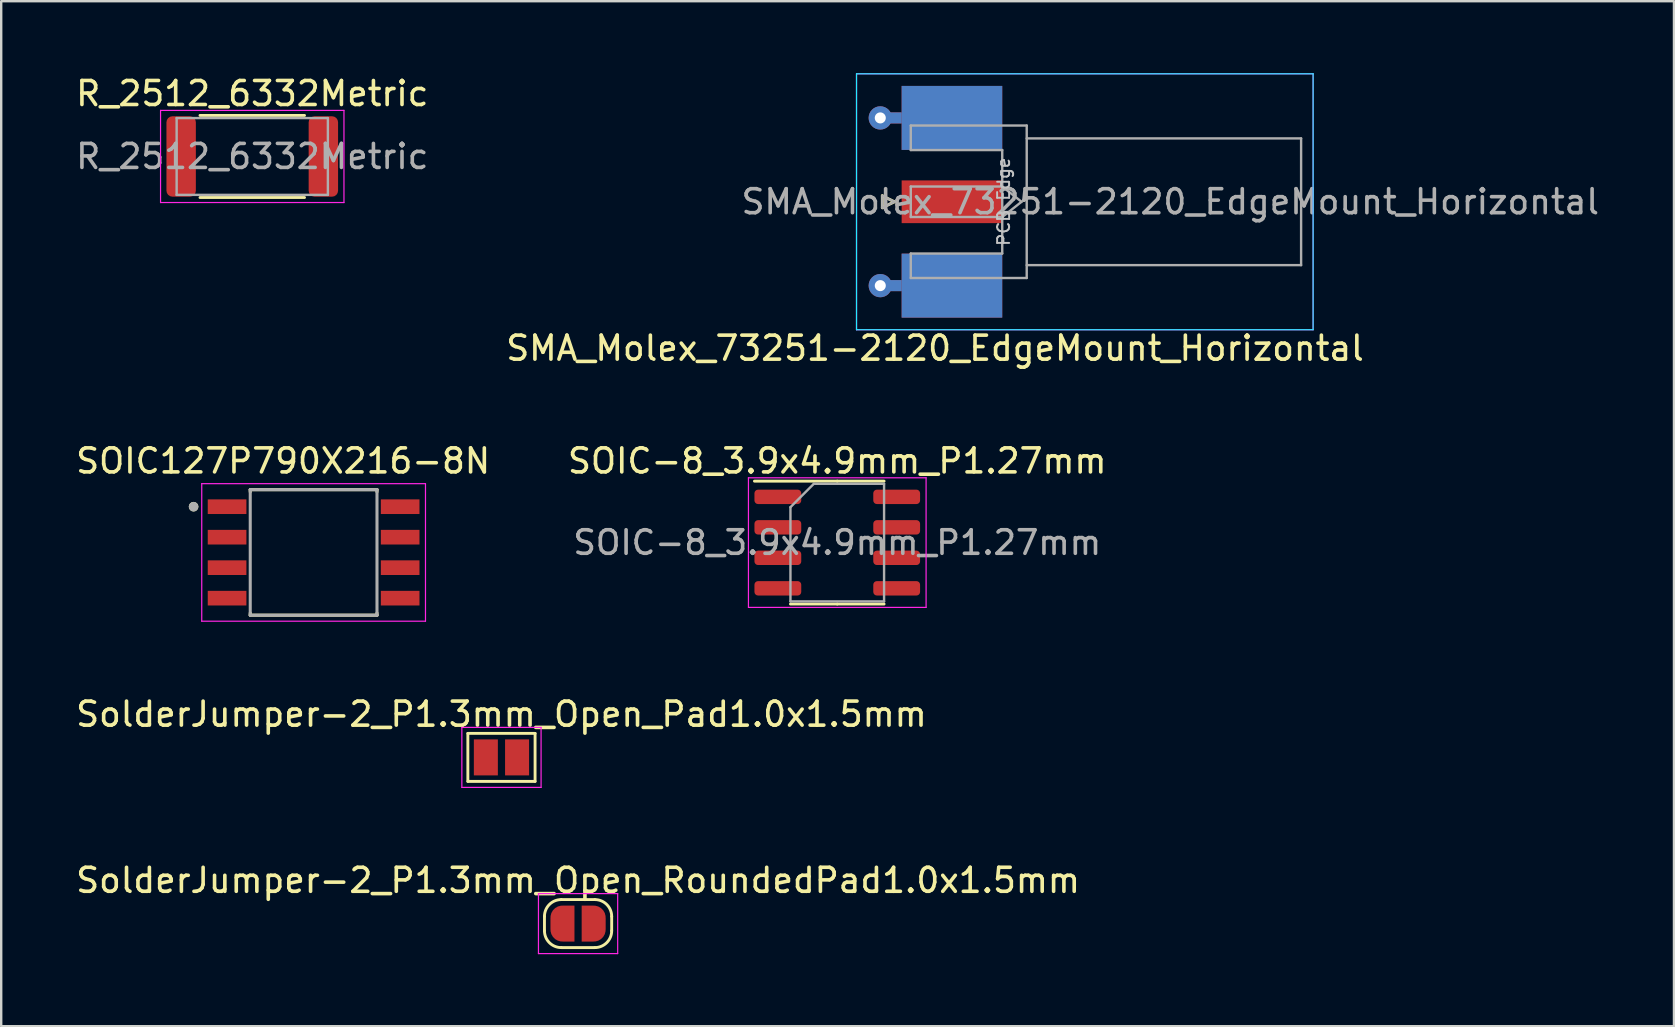
<source format=kicad_pcb>
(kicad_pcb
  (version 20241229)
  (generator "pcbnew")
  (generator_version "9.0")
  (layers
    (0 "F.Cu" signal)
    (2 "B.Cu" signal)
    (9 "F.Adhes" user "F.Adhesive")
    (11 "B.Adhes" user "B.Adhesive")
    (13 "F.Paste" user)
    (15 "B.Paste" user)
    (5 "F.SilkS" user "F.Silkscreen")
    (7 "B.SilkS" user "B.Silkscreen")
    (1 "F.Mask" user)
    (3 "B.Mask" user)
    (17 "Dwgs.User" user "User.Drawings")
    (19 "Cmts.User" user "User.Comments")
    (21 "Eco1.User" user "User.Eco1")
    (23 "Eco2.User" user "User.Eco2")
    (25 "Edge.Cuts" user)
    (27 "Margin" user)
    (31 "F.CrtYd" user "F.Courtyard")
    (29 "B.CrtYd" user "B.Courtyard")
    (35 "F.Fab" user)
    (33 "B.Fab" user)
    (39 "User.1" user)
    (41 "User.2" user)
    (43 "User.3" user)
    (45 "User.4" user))
  (footprint "SOIC-8_3.9x4.9mm_P1.27mm"
    (layer "F.Cu")
    (at 31.827 19.552)
    (property "Reference" "SOIC-8_3.9x4.9mm_P1.27mm" (at 0 -3.4 0) (layer "F.SilkS") (effects (font (size 1 1) (thickness 0.15))))
    (attr smd)
    (fp_line (start 0 -2.56) (end -3.45 -2.56) (stroke (width 0.12) (type solid)) (layer "F.SilkS"))
    (fp_line (start 0 -2.56) (end 1.95 -2.56) (stroke (width 0.12) (type solid)) (layer "F.SilkS"))
    (fp_line (start 0 2.56) (end -1.95 2.56) (stroke (width 0.12) (type solid)) (layer "F.SilkS"))
    (fp_line (start 0 2.56) (end 1.95 2.56) (stroke (width 0.12) (type solid)) (layer "F.SilkS"))
    (fp_line (start -3.7 -2.7) (end -3.7 2.7) (stroke (width 0.05) (type solid)) (layer "F.CrtYd"))
    (fp_line (start -3.7 2.7) (end 3.7 2.7) (stroke (width 0.05) (type solid)) (layer "F.CrtYd"))
    (fp_line (start 3.7 -2.7) (end -3.7 -2.7) (stroke (width 0.05) (type solid)) (layer "F.CrtYd"))
    (fp_line (start 3.7 2.7) (end 3.7 -2.7) (stroke (width 0.05) (type solid)) (layer "F.CrtYd"))
    (fp_line (start -1.95 -1.475) (end -0.975 -2.45) (stroke (width 0.1) (type solid)) (layer "F.Fab"))
    (fp_line (start -1.95 2.45) (end -1.95 -1.475) (stroke (width 0.1) (type solid)) (layer "F.Fab"))
    (fp_line (start -0.975 -2.45) (end 1.95 -2.45) (stroke (width 0.1) (type solid)) (layer "F.Fab"))
    (fp_line (start 1.95 -2.45) (end 1.95 2.45) (stroke (width 0.1) (type solid)) (layer "F.Fab"))
    (fp_line (start 1.95 2.45) (end -1.95 2.45) (stroke (width 0.1) (type solid)) (layer "F.Fab"))
    (fp_text user "${REFERENCE}" (at 0 0 0) (layer "F.Fab") (effects (font (size 0.98 0.98) (thickness 0.15))))
    (pad "1" smd roundrect (at -2.475 -1.905) (size 1.95 0.6) (layers "F.Cu" "F.Mask" "F.Paste") (roundrect_rratio 0.25))
    (pad "2" smd roundrect (at -2.475 -0.635) (size 1.95 0.6) (layers "F.Cu" "F.Mask" "F.Paste") (roundrect_rratio 0.25))
    (pad "3" smd roundrect (at -2.475 0.635) (size 1.95 0.6) (layers "F.Cu" "F.Mask" "F.Paste") (roundrect_rratio 0.25))
    (pad "4" smd roundrect (at -2.475 1.905) (size 1.95 0.6) (layers "F.Cu" "F.Mask" "F.Paste") (roundrect_rratio 0.25))
    (pad "5" smd roundrect (at 2.475 1.905) (size 1.95 0.6) (layers "F.Cu" "F.Mask" "F.Paste") (roundrect_rratio 0.25))
    (pad "6" smd roundrect (at 2.475 0.635) (size 1.95 0.6) (layers "F.Cu" "F.Mask" "F.Paste") (roundrect_rratio 0.25))
    (pad "7" smd roundrect (at 2.475 -0.635) (size 1.95 0.6) (layers "F.Cu" "F.Mask" "F.Paste") (roundrect_rratio 0.25))
    (pad "8" smd roundrect (at 2.475 -1.905) (size 1.95 0.6) (layers "F.Cu" "F.Mask" "F.Paste") (roundrect_rratio 0.25)))
  (footprint "SMA_Molex_73251-2120_EdgeMount_Horizontal"
    (layer "F.Cu")
    (at 36.604 5.355)
    (property "Reference" "SMA_Molex_73251-2120_EdgeMount_Horizontal" (at -0.705 6.1 0) (layer "F.SilkS") (effects (font (size 1 1) (thickness 0.15))))
    (attr smd)
    (fp_line (start -2.9 -0.25) (end -2.9 0.25) (stroke (width 0.12) (type solid)) (layer "F.SilkS"))
    (fp_line (start -2.9 0.25) (end -2.4 0) (stroke (width 0.12) (type solid)) (layer "F.SilkS"))
    (fp_line (start -2.4 0) (end -2.9 -0.25) (stroke (width 0.12) (type solid)) (layer "F.SilkS"))
    (fp_line (start -3.975 -5.33) (end -3.975 5.33) (stroke (width 0.05) (type solid)) (layer "B.CrtYd"))
    (fp_line (start -3.975 -5.33) (end 15.045 -5.33) (stroke (width 0.05) (type solid)) (layer "B.CrtYd"))
    (fp_line (start 15.045 -5.33) (end 15.045 5.33) (stroke (width 0.05) (type solid)) (layer "B.CrtYd"))
    (fp_line (start 15.045 5.33) (end -3.975 5.33) (stroke (width 0.05) (type solid)) (layer "B.CrtYd"))
    (fp_line (start -3.975 -5.33) (end -3.975 5.33) (stroke (width 0.05) (type solid)) (layer "F.CrtYd"))
    (fp_line (start -3.975 -5.33) (end 15.045 -5.33) (stroke (width 0.05) (type solid)) (layer "F.CrtYd"))
    (fp_line (start 15.045 -5.33) (end 15.045 5.33) (stroke (width 0.05) (type solid)) (layer "F.CrtYd"))
    (fp_line (start 15.045 5.33) (end -3.975 5.33) (stroke (width 0.05) (type solid)) (layer "F.CrtYd"))
    (fp_line (start -2.9 -0.25) (end -2.4 0) (stroke (width 0.1) (type solid)) (layer "F.Fab"))
    (fp_line (start -2.9 0.25) (end -2.9 -0.25) (stroke (width 0.1) (type solid)) (layer "F.Fab"))
    (fp_line (start -2.4 0) (end -2.9 0.25) (stroke (width 0.1) (type solid)) (layer "F.Fab"))
    (fp_line (start -1.715 -3.175) (end -1.715 -2.155) (stroke (width 0.1) (type solid)) (layer "F.Fab"))
    (fp_line (start -1.715 -3.175) (end 3.115 -3.175) (stroke (width 0.1) (type solid)) (layer "F.Fab"))
    (fp_line (start -1.715 -0.635) (end -1.715 0.635) (stroke (width 0.1) (type solid)) (layer "F.Fab"))
    (fp_line (start -1.715 3.175) (end -1.715 2.155) (stroke (width 0.1) (type solid)) (layer "F.Fab"))
    (fp_line (start 2.095 -2.155) (end -1.715 -2.155) (stroke (width 0.1) (type solid)) (layer "F.Fab"))
    (fp_line (start 2.095 -2.155) (end 2.095 2.155) (stroke (width 0.1) (type solid)) (layer "F.Fab"))
    (fp_line (start 2.095 -0.635) (end -1.715 -0.635) (stroke (width 0.1) (type solid)) (layer "F.Fab"))
    (fp_line (start 2.095 -0.635) (end 2.9 0) (stroke (width 0.1) (type solid)) (layer "F.Fab"))
    (fp_line (start 2.095 0.635) (end -1.715 0.635) (stroke (width 0.1) (type solid)) (layer "F.Fab"))
    (fp_line (start 2.095 2.155) (end -1.715 2.155) (stroke (width 0.1) (type solid)) (layer "F.Fab"))
    (fp_line (start 2.9 0) (end 2.095 0.635) (stroke (width 0.1) (type solid)) (layer "F.Fab"))
    (fp_line (start 3.115 -3.175) (end 3.115 3.175) (stroke (width 0.1) (type solid)) (layer "F.Fab"))
    (fp_line (start 3.115 3.175) (end -1.715 3.175) (stroke (width 0.1) (type solid)) (layer "F.Fab"))
    (fp_line (start 14.545 -2.64) (end 3.115 -2.64) (stroke (width 0.1) (type solid)) (layer "F.Fab"))
    (fp_line (start 14.545 -2.64) (end 14.545 2.64) (stroke (width 0.1) (type solid)) (layer "F.Fab"))
    (fp_line (start 14.545 2.64) (end 3.115 2.64) (stroke (width 0.1) (type solid)) (layer "F.Fab"))
    (fp_text user "PCB Edge" (at 2.155 0 270) (layer "Dwgs.User") (effects (font (size 0.5 0.5) (thickness 0.08))))
    (fp_text user "${REFERENCE}" (at 9.095 0 0) (layer "F.Fab") (effects (font (size 1 1) (thickness 0.15))))
    (pad "1" smd rect (at 0 0) (size 4.19 1.78) (layers "F.Cu" "F.Mask" "F.Paste"))
    (pad "2" thru_hole circle (at -2.985 -3.493) (size 0.97 0.97) (drill 0.46) (layers "*.Cu"))
    (pad "2" thru_hole circle (at -2.985 3.493) (size 0.97 0.97) (drill 0.46) (layers "*.Cu"))
    (pad "2" smd rect (at -2.54 -3.493) (size 0.89 0.46) (layers "F.Cu"))
    (pad "2" smd rect (at -2.54 -3.493) (size 0.89 0.46) (layers "B.Cu"))
    (pad "2" smd rect (at -2.54 3.493) (size 0.89 0.46) (layers "F.Cu"))
    (pad "2" smd rect (at -2.54 3.493) (size 0.89 0.46) (layers "B.Cu"))
    (pad "2" smd rect (at 0 -3.493) (size 4.19 2.665) (layers "F.Cu" "F.Mask" "F.Paste"))
    (pad "2" smd rect (at 0 -3.493) (size 4.19 2.665) (layers "B.Cu" "B.Mask" "B.Paste"))
    (pad "2" smd rect (at 0 3.493) (size 4.19 2.665) (layers "F.Cu" "F.Mask" "F.Paste"))
    (pad "2" smd rect (at 0 3.493) (size 4.19 2.665) (layers "B.Cu" "B.Mask" "B.Paste")))
  (footprint "SolderJumper-2_P1.3mm_Open_Pad1.0x1.5mm"
    (layer "F.Cu")
    (at 17.839 28.5)
    (property "Reference" "SolderJumper-2_P1.3mm_Open_Pad1.0x1.5mm" (at 0 -1.8 0) (layer "F.SilkS") (effects (font (size 1 1) (thickness 0.15))))
    (attr exclude_from_pos_files)
    (fp_line (start -1.4 -1) (end 1.4 -1) (stroke (width 0.12) (type solid)) (layer "F.SilkS"))
    (fp_line (start -1.4 1) (end -1.4 -1) (stroke (width 0.12) (type solid)) (layer "F.SilkS"))
    (fp_line (start 1.4 -1) (end 1.4 1) (stroke (width 0.12) (type solid)) (layer "F.SilkS"))
    (fp_line (start 1.4 1) (end -1.4 1) (stroke (width 0.12) (type solid)) (layer "F.SilkS"))
    (fp_line (start -1.65 -1.25) (end -1.65 1.25) (stroke (width 0.05) (type solid)) (layer "F.CrtYd"))
    (fp_line (start -1.65 -1.25) (end 1.65 -1.25) (stroke (width 0.05) (type solid)) (layer "F.CrtYd"))
    (fp_line (start 1.65 1.25) (end -1.65 1.25) (stroke (width 0.05) (type solid)) (layer "F.CrtYd"))
    (fp_line (start 1.65 1.25) (end 1.65 -1.25) (stroke (width 0.05) (type solid)) (layer "F.CrtYd"))
    (pad "1" smd rect (at -0.65 0) (size 1 1.5) (layers "F.Cu" "F.Mask"))
    (pad "2" smd rect (at 0.65 0) (size 1 1.5) (layers "F.Cu" "F.Mask")))
  (footprint "SolderJumper-2_P1.3mm_Open_RoundedPad1.0x1.5mm"
    (layer "F.Cu")
    (at 21.03 35.423)
    (property "Reference" "SolderJumper-2_P1.3mm_Open_RoundedPad1.0x1.5mm" (at 0 -1.8 0) (layer "F.SilkS") (effects (font (size 1 1) (thickness 0.15))))
    (attr exclude_from_pos_files)
    (fp_line (start -1.4 0.3) (end -1.4 -0.3) (stroke (width 0.12) (type solid)) (layer "F.SilkS"))
    (fp_line (start -0.7 -1) (end 0.7 -1) (stroke (width 0.12) (type solid)) (layer "F.SilkS"))
    (fp_line (start 0.7 1) (end -0.7 1) (stroke (width 0.12) (type solid)) (layer "F.SilkS"))
    (fp_line (start 1.4 -0.3) (end 1.4 0.3) (stroke (width 0.12) (type solid)) (layer "F.SilkS"))
    (fp_arc (start -1.4 -0.3) (mid -1.194975 -0.794975) (end -0.7 -1) (stroke (width 0.12) (type solid)) (layer "F.SilkS"))
    (fp_arc (start -0.7 1) (mid -1.194975 0.794975) (end -1.4 0.3) (stroke (width 0.12) (type solid)) (layer "F.SilkS"))
    (fp_arc (start 0.7 -1) (mid 1.194975 -0.794975) (end 1.4 -0.3) (stroke (width 0.12) (type solid)) (layer "F.SilkS"))
    (fp_arc (start 1.4 0.3) (mid 1.194975 0.794975) (end 0.7 1) (stroke (width 0.12) (type solid)) (layer "F.SilkS"))
    (fp_line (start -1.65 -1.25) (end -1.65 1.25) (stroke (width 0.05) (type solid)) (layer "F.CrtYd"))
    (fp_line (start -1.65 -1.25) (end 1.65 -1.25) (stroke (width 0.05) (type solid)) (layer "F.CrtYd"))
    (fp_line (start 1.65 1.25) (end -1.65 1.25) (stroke (width 0.05) (type solid)) (layer "F.CrtYd"))
    (fp_line (start 1.65 1.25) (end 1.65 -1.25) (stroke (width 0.05) (type solid)) (layer "F.CrtYd"))
    (pad "1" smd custom (at -0.65 0) (size 1 0.5) (layers "F.Cu" "F.Mask") (options (anchor rect)) (primitives (gr_circle (center 0 0.25) (end 0.5 0.25) (width 0) (fill yes)) (gr_circle (center 0 -0.25) (end 0.5 -0.25) (width 0) (fill yes)) (gr_poly (pts (xy 0.5 0.75) (xy 0 0.75) (xy 0 -0.75) (xy 0.5 -0.75)) (width 0) (fill yes))))
    (pad "2" smd custom (at 0.65 0) (size 1 0.5) (layers "F.Cu" "F.Mask") (options (anchor rect)) (primitives (gr_circle (center 0 0.25) (end 0.5 0.25) (width 0) (fill yes)) (gr_circle (center 0 -0.25) (end 0.5 -0.25) (width 0) (fill yes)) (gr_poly (pts (xy 0 0.75) (xy -0.5 0.75) (xy -0.5 -0.75) (xy 0 -0.75)) (width 0) (fill yes)))))
  (footprint "SOIC127P790X216-8N"
    (layer "F.Cu")
    (at 10.014 19.962)
    (property "Reference" "SOIC127P790X216-8N" (at -1.27 -3.81 0) (layer "F.SilkS") (effects (font (size 1 1) (thickness 0.15))))
    (attr smd)
    (fp_line (start -2.64 -2.615) (end 2.64 -2.615) (stroke (width 0.127) (type solid)) (layer "F.SilkS"))
    (fp_line (start -2.64 -2.524) (end -2.64 -2.615) (stroke (width 0.127) (type solid)) (layer "F.SilkS"))
    (fp_line (start -2.64 2.615) (end -2.64 2.524) (stroke (width 0.127) (type solid)) (layer "F.SilkS"))
    (fp_line (start 2.64 -2.524) (end 2.64 -2.615) (stroke (width 0.127) (type solid)) (layer "F.SilkS"))
    (fp_line (start 2.64 2.615) (end -2.64 2.615) (stroke (width 0.127) (type solid)) (layer "F.SilkS"))
    (fp_line (start 2.64 2.615) (end 2.64 2.524) (stroke (width 0.127) (type solid)) (layer "F.SilkS"))
    (fp_circle (center -5 -1.905) (end -4.9 -1.905) (stroke (width 0.2) (type solid)) (fill no) (layer "F.SilkS"))
    (fp_line (start -4.66 -2.865) (end 4.66 -2.865) (stroke (width 0.05) (type solid)) (layer "F.CrtYd"))
    (fp_line (start -4.66 2.865) (end -4.66 -2.865) (stroke (width 0.05) (type solid)) (layer "F.CrtYd"))
    (fp_line (start 4.66 -2.865) (end 4.66 2.865) (stroke (width 0.05) (type solid)) (layer "F.CrtYd"))
    (fp_line (start 4.66 2.865) (end -4.66 2.865) (stroke (width 0.05) (type solid)) (layer "F.CrtYd"))
    (fp_line (start -2.64 -2.615) (end 2.64 -2.615) (stroke (width 0.127) (type solid)) (layer "F.Fab"))
    (fp_line (start -2.64 2.615) (end -2.64 -2.615) (stroke (width 0.127) (type solid)) (layer "F.Fab"))
    (fp_line (start 2.64 -2.615) (end 2.64 2.615) (stroke (width 0.127) (type solid)) (layer "F.Fab"))
    (fp_line (start 2.64 2.615) (end -2.64 2.615) (stroke (width 0.127) (type solid)) (layer "F.Fab"))
    (fp_circle (center -5 -1.905) (end -4.9 -1.905) (stroke (width 0.2) (type solid)) (fill no) (layer "F.Fab"))
    (pad "1" smd rect (at -3.605 -1.905) (size 1.61 0.61) (layers "F.Cu" "F.Mask" "F.Paste"))
    (pad "2" smd rect (at -3.605 -0.635) (size 1.61 0.61) (layers "F.Cu" "F.Mask" "F.Paste"))
    (pad "3" smd rect (at -3.605 0.635) (size 1.61 0.61) (layers "F.Cu" "F.Mask" "F.Paste"))
    (pad "4" smd rect (at -3.605 1.905) (size 1.61 0.61) (layers "F.Cu" "F.Mask" "F.Paste"))
    (pad "5" smd rect (at 3.605 1.905) (size 1.61 0.61) (layers "F.Cu" "F.Mask" "F.Paste"))
    (pad "6" smd rect (at 3.605 0.635) (size 1.61 0.61) (layers "F.Cu" "F.Mask" "F.Paste"))
    (pad "7" smd rect (at 3.605 -0.635) (size 1.61 0.61) (layers "F.Cu" "F.Mask" "F.Paste"))
    (pad "8" smd rect (at 3.605 -1.905) (size 1.61 0.61) (layers "F.Cu" "F.Mask" "F.Paste")))
  (footprint "R_2512_6332Metric"
    (layer "F.Cu")
    (at 7.458 3.468)
    (property "Reference" "R_2512_6332Metric" (at 0 -2.62 0) (layer "F.SilkS") (effects (font (size 1 1) (thickness 0.15))))
    (attr smd)
    (fp_line (start -2.177 -1.71) (end 2.177 -1.71) (stroke (width 0.12) (type solid)) (layer "F.SilkS"))
    (fp_line (start -2.177 1.71) (end 2.177 1.71) (stroke (width 0.12) (type solid)) (layer "F.SilkS"))
    (fp_line (start -3.82 -1.92) (end 3.82 -1.92) (stroke (width 0.05) (type solid)) (layer "F.CrtYd"))
    (fp_line (start -3.82 1.92) (end -3.82 -1.92) (stroke (width 0.05) (type solid)) (layer "F.CrtYd"))
    (fp_line (start 3.82 -1.92) (end 3.82 1.92) (stroke (width 0.05) (type solid)) (layer "F.CrtYd"))
    (fp_line (start 3.82 1.92) (end -3.82 1.92) (stroke (width 0.05) (type solid)) (layer "F.CrtYd"))
    (fp_line (start -3.15 -1.6) (end 3.15 -1.6) (stroke (width 0.1) (type solid)) (layer "F.Fab"))
    (fp_line (start -3.15 1.6) (end -3.15 -1.6) (stroke (width 0.1) (type solid)) (layer "F.Fab"))
    (fp_line (start 3.15 -1.6) (end 3.15 1.6) (stroke (width 0.1) (type solid)) (layer "F.Fab"))
    (fp_line (start 3.15 1.6) (end -3.15 1.6) (stroke (width 0.1) (type solid)) (layer "F.Fab"))
    (fp_text user "${REFERENCE}" (at 0 0 0) (layer "F.Fab") (effects (font (size 1 1) (thickness 0.15))))
    (pad "1" smd roundrect (at -2.962 0) (size 1.225 3.35) (layers "F.Cu" "F.Mask" "F.Paste") (roundrect_rratio 0.204))
    (pad "2" smd roundrect (at 2.962 0) (size 1.225 3.35) (layers "F.Cu" "F.Mask" "F.Paste") (roundrect_rratio 0.204)))
  (gr_rect
    (start -3 -3)
    (end 66.681 39.698)
    (stroke (width 0.1) (type default))
    (fill no)
    (layer "Edge.Cuts")))
</source>
